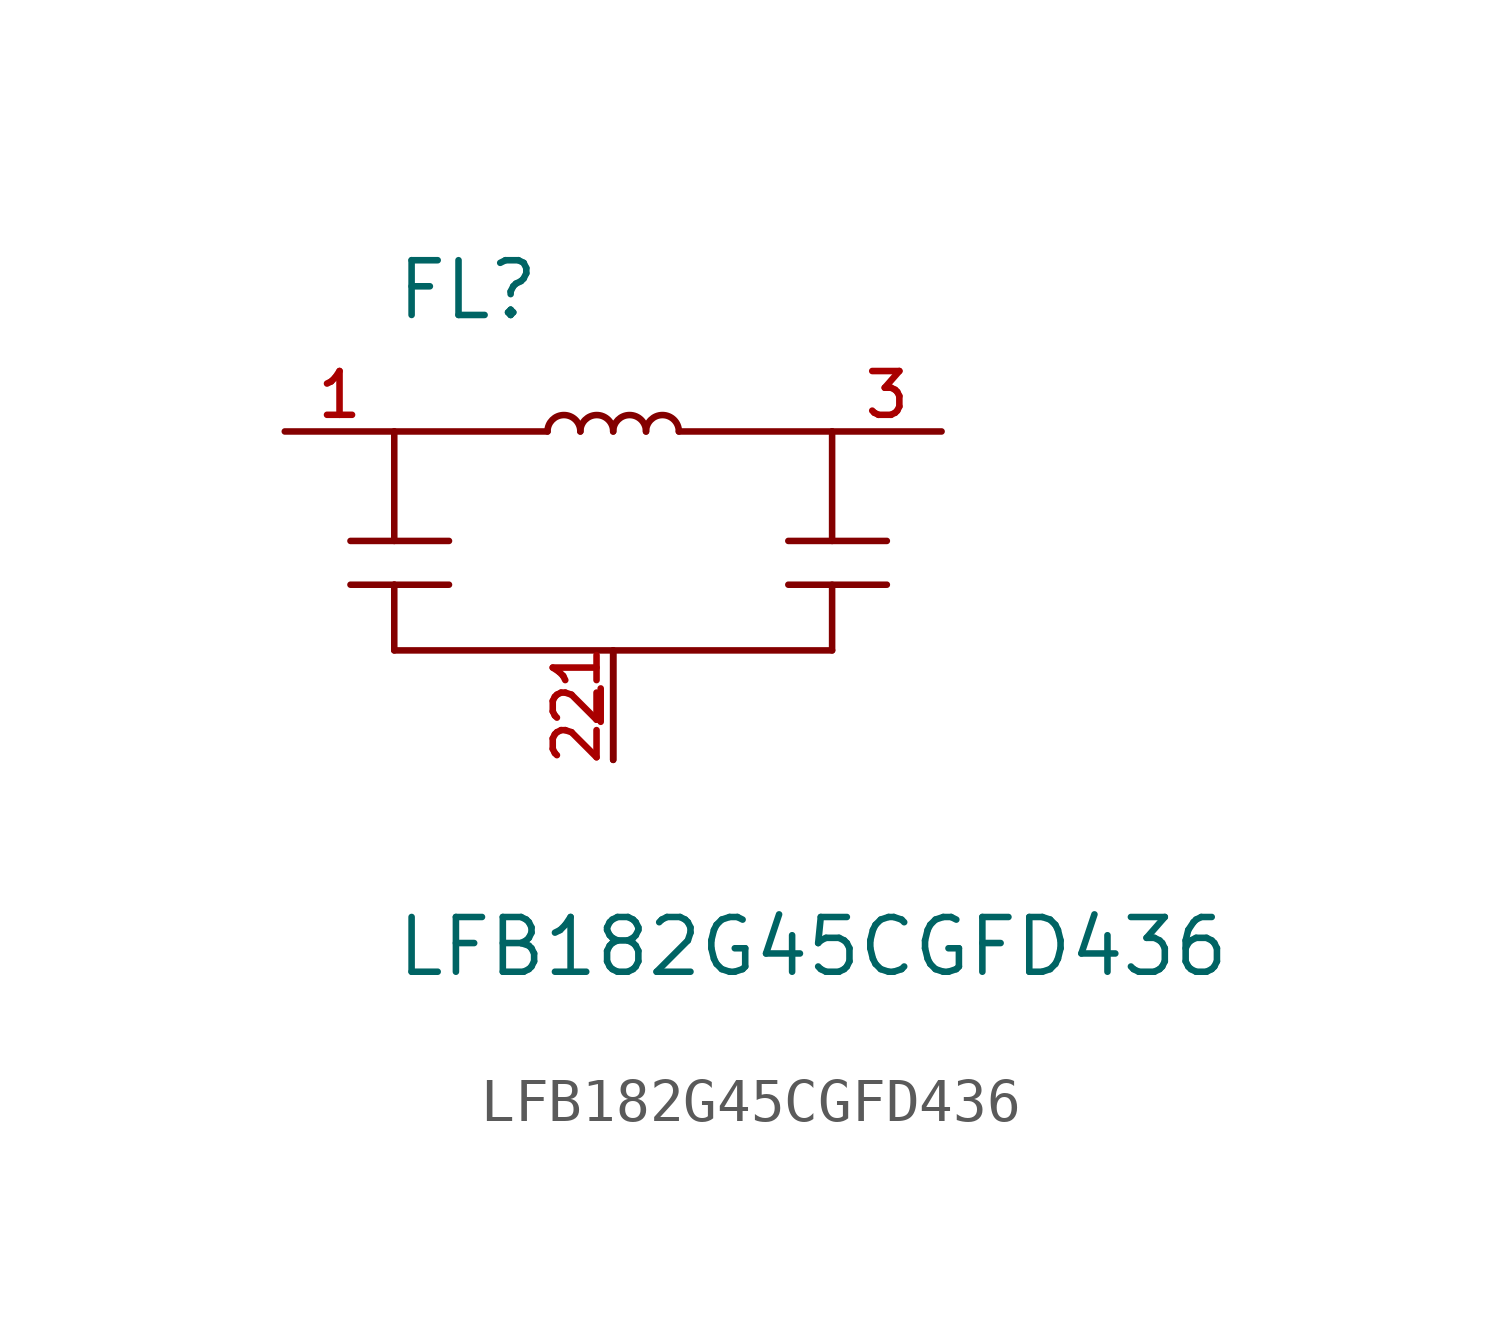
<source format=kicad_sym>
(kicad_symbol_lib
  (version 20211014)
  (generator kicad_symbol_editor)
  (symbol "LFB182G45CGFD436"
    (pin_names
      (offset 1.016))
    (property "Reference" "FL"
      (at -5.08 5.08 0)
      (effects (font (size 1.27 1.27)) (justify bottom left)))
    (property "Value" "LFB182G45CGFD436"
      (at -5.08 -10.16 0)
      (effects (font (size 1.27 1.27)) (justify bottom left)))
    (symbol "LFB182G45CGFD436_0_0"
      (polyline (pts (xy -1.524 2.54) (xy -5.08 2.54)) (stroke (width 0.152)))
      (arc (start -0.762 2.54) (mid -1.143 2.921) (end -1.524 2.54) (stroke (width 0.1524) (type default) (color 0 0 0 0)) (fill (type none)))
      (arc (start 0.0 2.54) (mid -0.381 2.921) (end -0.762 2.54) (stroke (width 0.1524) (type default) (color 0 0 0 0)) (fill (type none)))
      (arc (start 0.762 2.54) (mid 0.381 2.921) (end 0.0 2.54) (stroke (width 0.1524) (type default) (color 0 0 0 0)) (fill (type none)))
      (arc (start 1.524 2.54) (mid 1.143 2.921) (end 0.762 2.54) (stroke (width 0.1524) (type default) (color 0 0 0 0)) (fill (type none)))
      (polyline (pts (xy -5.08 2.54) (xy -5.08 0.0)) (stroke (width 0.152)))
      (polyline (pts (xy -6.096 0.0) (xy -3.81 0.0)) (stroke (width 0.152)))
      (polyline (pts (xy -6.096 -1.016) (xy -5.08 -1.016)) (stroke (width 0.152)))
      (polyline (pts (xy -5.08 -1.016) (xy -3.81 -1.016)) (stroke (width 0.152)))
      (polyline (pts (xy -5.08 -1.016) (xy -5.08 -2.54)) (stroke (width 0.152)))
      (polyline (pts (xy 5.08 2.54) (xy 5.08 0.0)) (stroke (width 0.152)))
      (polyline (pts (xy 4.064 0.0) (xy 6.35 0.0)) (stroke (width 0.152)))
      (polyline (pts (xy 4.064 -1.016) (xy 6.35 -1.016)) (stroke (width 0.152)))
      (polyline (pts (xy 5.08 -1.016) (xy 5.08 -2.54)) (stroke (width 0.152)))
      (polyline (pts (xy 1.524 2.54) (xy 5.08 2.54)) (stroke (width 0.152)))
      (polyline (pts (xy 5.08 -2.54) (xy -5.08 -2.54)) (stroke (width 0.152)))
      (pin input line (at -7.62 2.54 0) (length 2.54) (name "~" (effects (font (size 1.016 1.016)))) (number "1" (effects (font (size 1.016 1.016)))))
      (pin output line (at 7.62 2.54 180.0) (length 2.54) (name "~" (effects (font (size 1.016 1.016)))) (number "3" (effects (font (size 1.016 1.016)))))
      (pin power_in line (at 0.0 -5.08 90.0) (length 2.54) (name "~" (effects (font (size 1.016 1.016)))) (number "2" (effects (font (size 1.016 1.016)))))
      (pin power_in line (at 0.0 -5.08 90.0) (length 2.54) (name "~" (effects (font (size 1.016 1.016)))) (number "2_1" (effects (font (size 1.016 1.016))))))))
</source>
